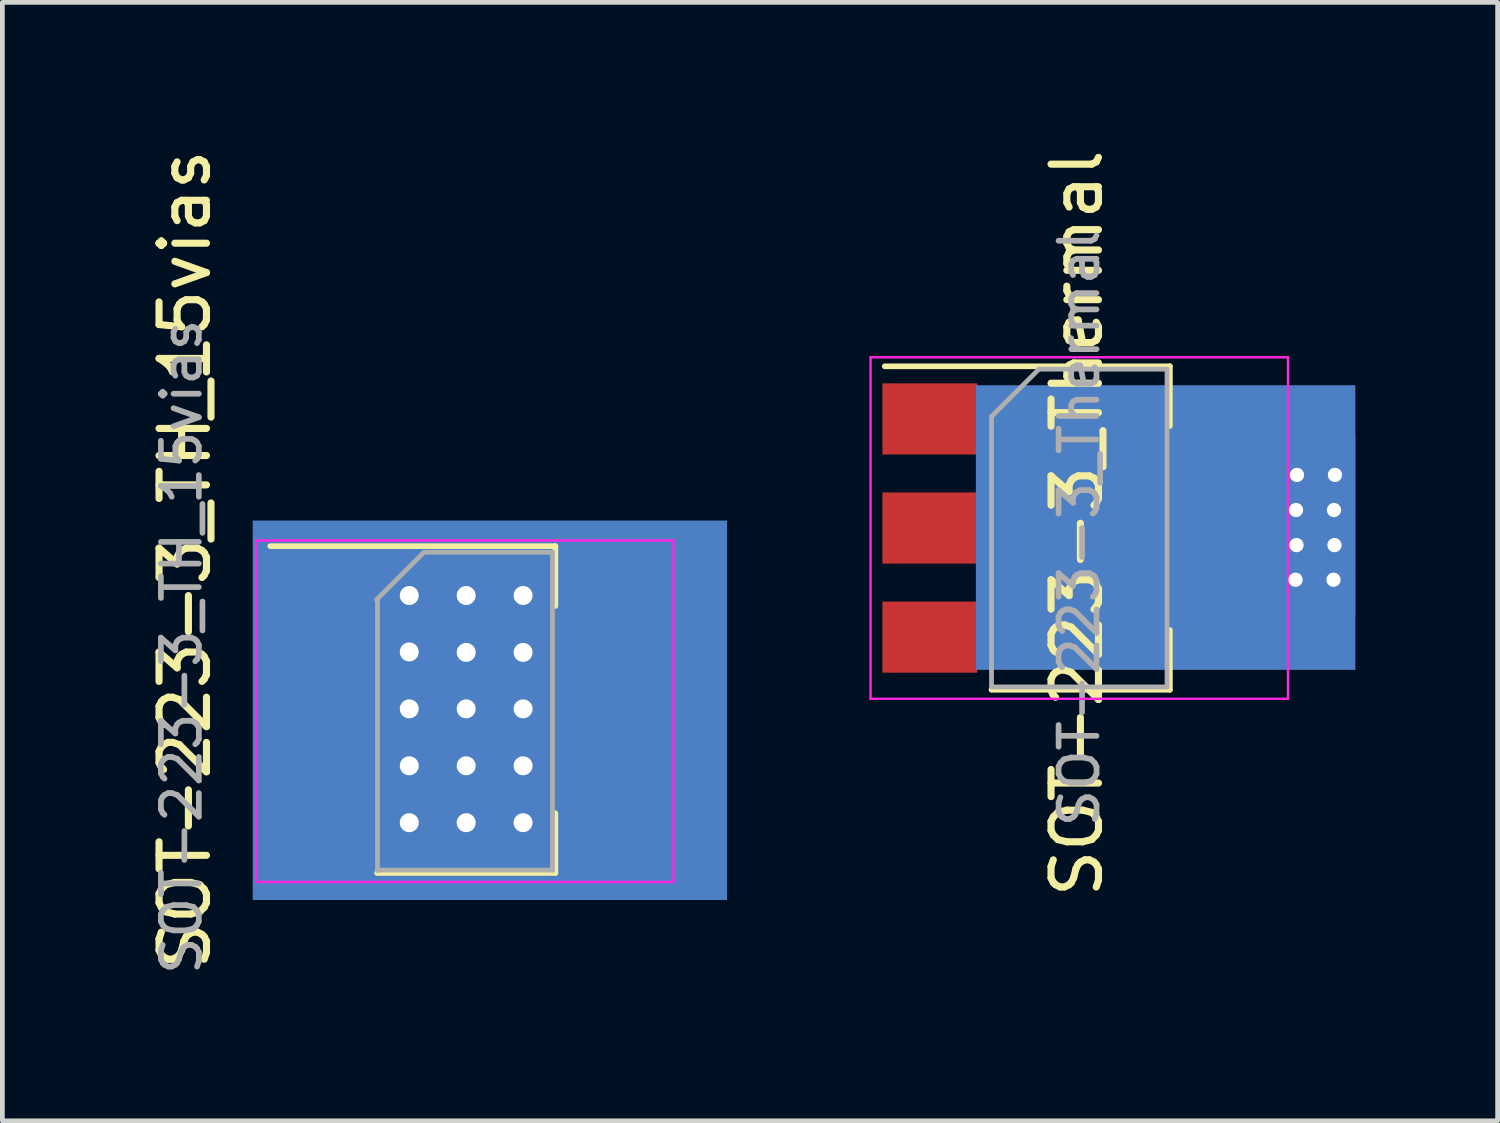
<source format=kicad_pcb>
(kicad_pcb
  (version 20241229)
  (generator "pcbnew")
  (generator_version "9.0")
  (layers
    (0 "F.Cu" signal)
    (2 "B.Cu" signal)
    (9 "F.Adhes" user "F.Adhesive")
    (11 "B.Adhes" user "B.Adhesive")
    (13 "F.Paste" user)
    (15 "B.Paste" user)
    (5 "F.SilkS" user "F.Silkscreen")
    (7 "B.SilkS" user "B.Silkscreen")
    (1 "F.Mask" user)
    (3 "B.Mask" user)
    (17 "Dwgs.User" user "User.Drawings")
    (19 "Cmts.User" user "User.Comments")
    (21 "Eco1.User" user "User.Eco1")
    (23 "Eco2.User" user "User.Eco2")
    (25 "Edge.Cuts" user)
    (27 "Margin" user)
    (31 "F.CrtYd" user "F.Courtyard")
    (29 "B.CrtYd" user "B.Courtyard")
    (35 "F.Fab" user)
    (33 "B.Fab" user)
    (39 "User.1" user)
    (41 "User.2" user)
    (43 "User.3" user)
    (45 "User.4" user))
  (footprint "SOT-223-3_TH_15vias"
    (layer "F.Cu")
    (at 6.748 11.944)
    (property "Reference" "SOT-223-3_TH_15vias" (at -5.9 -3.2 270) (layer "F.SilkS") (effects (font (size 1 1) (thickness 0.15))))
    (attr smd)
    (fp_line (start -4.1 -3.48) (end 1.91 -3.48) (stroke (width 0.12) (type solid)) (layer "F.SilkS"))
    (fp_line (start -1.85 3.41) (end 1.91 3.41) (stroke (width 0.12) (type solid)) (layer "F.SilkS"))
    (fp_line (start 1.91 -3.48) (end 1.91 -2.22) (stroke (width 0.12) (type solid)) (layer "F.SilkS"))
    (fp_line (start 1.91 3.41) (end 1.91 2.15) (stroke (width 0.12) (type solid)) (layer "F.SilkS"))
    (fp_line (start -4.4 -3.6) (end -4.4 3.6) (stroke (width 0.05) (type solid)) (layer "F.CrtYd"))
    (fp_line (start -4.4 3.6) (end 4.4 3.6) (stroke (width 0.05) (type solid)) (layer "F.CrtYd"))
    (fp_line (start 4.4 -3.6) (end -4.4 -3.6) (stroke (width 0.05) (type solid)) (layer "F.CrtYd"))
    (fp_line (start 4.4 3.6) (end 4.4 -3.6) (stroke (width 0.05) (type solid)) (layer "F.CrtYd"))
    (fp_line (start -1.86 -2.35) (end -0.86 -3.35) (stroke (width 0.1) (type solid)) (layer "F.Fab"))
    (fp_line (start -1.85 3.35) (end 1.85 3.35) (stroke (width 0.1) (type solid)) (layer "F.Fab"))
    (fp_line (start -1.84 -2.34) (end -1.84 3.36) (stroke (width 0.1) (type solid)) (layer "F.Fab"))
    (fp_line (start -0.85 -3.35) (end 1.85 -3.35) (stroke (width 0.1) (type solid)) (layer "F.Fab"))
    (fp_line (start 1.85 -3.35) (end 1.85 3.35) (stroke (width 0.1) (type solid)) (layer "F.Fab"))
    (fp_text user "${REFERENCE}" (at -5.97 -1.36 90) (layer "F.Fab") (effects (font (size 0.8 0.8) (thickness 0.12))))
    (pad "1" smd rect (at -3.15 -2.3) (size 2 1.5) (layers "F.Cu" "F.Mask" "F.Paste"))
    (pad "2" smd rect (at -2.15 0) (size 4 1.5) (layers "F.Cu" "F.Mask" "F.Paste"))
    (pad "2" thru_hole rect (at -1.17 -2.44) (size 1.2 1.2) (drill 0.4) (layers "*.Cu" "*.Mask"))
    (pad "2" thru_hole rect (at -1.17 -1.25) (size 1.2 1.2) (drill 0.4) (layers "*.Cu" "*.Mask"))
    (pad "2" thru_hole rect (at -1.17 -0.05) (size 1.2 1.2) (drill 0.4) (layers "*.Cu" "*.Mask"))
    (pad "2" thru_hole rect (at -1.17 1.15) (size 1.2 1.2) (drill 0.4) (layers "*.Cu" "*.Mask"))
    (pad "2" thru_hole rect (at -1.17 2.35) (size 1.2 1.2) (drill 0.4) (layers "*.Cu" "*.Mask"))
    (pad "2" thru_hole rect (at 0.03 -2.44) (size 1.2 1.2) (drill 0.4) (layers "*.Cu" "*.Mask"))
    (pad "2" thru_hole rect (at 0.03 -1.24) (size 1.2 1.2) (drill 0.4) (layers "*.Cu" "*.Mask"))
    (pad "2" thru_hole rect (at 0.03 -0.05) (size 1.2 1.2) (drill 0.4) (layers "*.Cu" "*.Mask"))
    (pad "2" thru_hole rect (at 0.03 1.15) (size 1.2 1.2) (drill 0.4) (layers "*.Cu" "*.Mask"))
    (pad "2" thru_hole rect (at 0.03 2.35) (size 1.2 1.2) (drill 0.4) (layers "*.Cu" "F.Mask"))
    (pad "2" smd rect (at 0.53 -0.02) (size 10 8) (layers "B.Cu" "B.Mask"))
    (pad "2" thru_hole rect (at 1.23 -2.44) (size 1.2 1.2) (drill 0.4) (layers "*.Cu" "*.Mask"))
    (pad "2" thru_hole rect (at 1.23 -1.24) (size 1.2 1.2) (drill 0.4) (layers "*.Cu" "*.Mask"))
    (pad "2" thru_hole rect (at 1.23 -0.05) (size 1.2 1.2) (drill 0.4) (layers "*.Cu" "*.Mask"))
    (pad "2" thru_hole rect (at 1.23 1.15) (size 1.2 1.2) (drill 0.4) (layers "*.Cu" "*.Mask"))
    (pad "2" thru_hole rect (at 1.23 2.35) (size 1.2 1.2) (drill 0.4) (layers "*.Cu" "F.Mask"))
    (pad "2" smd rect (at 1.32 -0.04) (size 6 4) (layers "F.Cu" "F.Mask" "F.Paste"))
    (pad "3" smd rect (at -3.15 2.3) (size 2 1.5) (layers "F.Cu" "F.Mask" "F.Paste")))
  (footprint "SOT-223-3_Thermal"
    (layer "F.Cu")
    (at 19.703 8.082)
    (property "Reference" "SOT-223-3_Thermal" (at -0.05 -0.1 90) (layer "F.SilkS") (effects (font (size 1 1) (thickness 0.15))))
    (attr smd)
    (fp_line (start -4.1 -3.41) (end 1.91 -3.41) (stroke (width 0.12) (type solid)) (layer "F.SilkS"))
    (fp_line (start -1.85 3.41) (end 1.91 3.41) (stroke (width 0.12) (type solid)) (layer "F.SilkS"))
    (fp_line (start 1.91 -3.41) (end 1.91 -2.15) (stroke (width 0.12) (type solid)) (layer "F.SilkS"))
    (fp_line (start 1.91 3.41) (end 1.91 2.15) (stroke (width 0.12) (type solid)) (layer "F.SilkS"))
    (fp_line (start -4.4 -3.6) (end -4.4 3.6) (stroke (width 0.05) (type solid)) (layer "F.CrtYd"))
    (fp_line (start -4.4 3.6) (end 4.4 3.6) (stroke (width 0.05) (type solid)) (layer "F.CrtYd"))
    (fp_line (start 4.4 -3.6) (end -4.4 -3.6) (stroke (width 0.05) (type solid)) (layer "F.CrtYd"))
    (fp_line (start 4.4 3.6) (end 4.4 -3.6) (stroke (width 0.05) (type solid)) (layer "F.CrtYd"))
    (fp_line (start -1.85 -2.35) (end -1.85 3.35) (stroke (width 0.1) (type solid)) (layer "F.Fab"))
    (fp_line (start -1.85 -2.35) (end -0.85 -3.35) (stroke (width 0.1) (type solid)) (layer "F.Fab"))
    (fp_line (start -1.85 3.35) (end 1.85 3.35) (stroke (width 0.1) (type solid)) (layer "F.Fab"))
    (fp_line (start -0.85 -3.35) (end 1.85 -3.35) (stroke (width 0.1) (type solid)) (layer "F.Fab"))
    (fp_line (start 1.85 -3.35) (end 1.85 3.35) (stroke (width 0.1) (type solid)) (layer "F.Fab"))
    (fp_text user "${REFERENCE}" (at 0 0 90) (layer "F.Fab") (effects (font (size 0.8 0.8) (thickness 0.12))))
    (pad "1" smd rect (at -3.15 -2.3) (size 2 1.5) (layers "F.Cu" "F.Mask" "F.Paste"))
    (pad "2" smd rect (at -3.15 0) (size 2 1.5) (layers "F.Cu" "F.Mask" "F.Paste"))
    (pad "2" smd rect (at 1.82 -0.01) (size 8 6) (layers "B.Cu" "B.Mask"))
    (pad "2" smd rect (at 3.82 -0.06) (size 4 3.8) (layers "F.Cu" "F.Mask" "F.Paste"))
    (pad "2" thru_hole circle (at 4.56 1.09) (size 0.6 0.6) (drill 0.3) (layers "*.Cu" "*.Mask"))
    (pad "2" thru_hole circle (at 4.57 -0.38) (size 0.6 0.6) (drill 0.3) (layers "*.Cu" "*.Mask"))
    (pad "2" thru_hole circle (at 4.58 0.36) (size 0.6 0.6) (drill 0.3) (layers "*.Cu" "*.Mask"))
    (pad "2" thru_hole circle (at 4.59 -1.12) (size 0.6 0.6) (drill 0.3) (layers "*.Cu" "*.Mask"))
    (pad "2" thru_hole circle (at 5.36 1.09) (size 0.6 0.6) (drill 0.3) (layers "*.Cu" "*.Mask"))
    (pad "2" thru_hole circle (at 5.37 -0.38) (size 0.6 0.6) (drill 0.3) (layers "*.Cu" "*.Mask"))
    (pad "2" thru_hole circle (at 5.38 0.36) (size 0.6 0.6) (drill 0.3) (layers "*.Cu" "*.Mask"))
    (pad "2" thru_hole circle (at 5.39 -1.12) (size 0.6 0.6) (drill 0.3) (layers "*.Cu" "*.Mask"))
    (pad "3" smd rect (at -3.15 2.3) (size 2 1.5) (layers "F.Cu" "F.Mask" "F.Paste")))
  (gr_rect
    (start -3 -3)
    (end 28.523 20.579)
    (stroke (width 0.1) (type default))
    (fill no)
    (layer "Edge.Cuts")))
</source>
